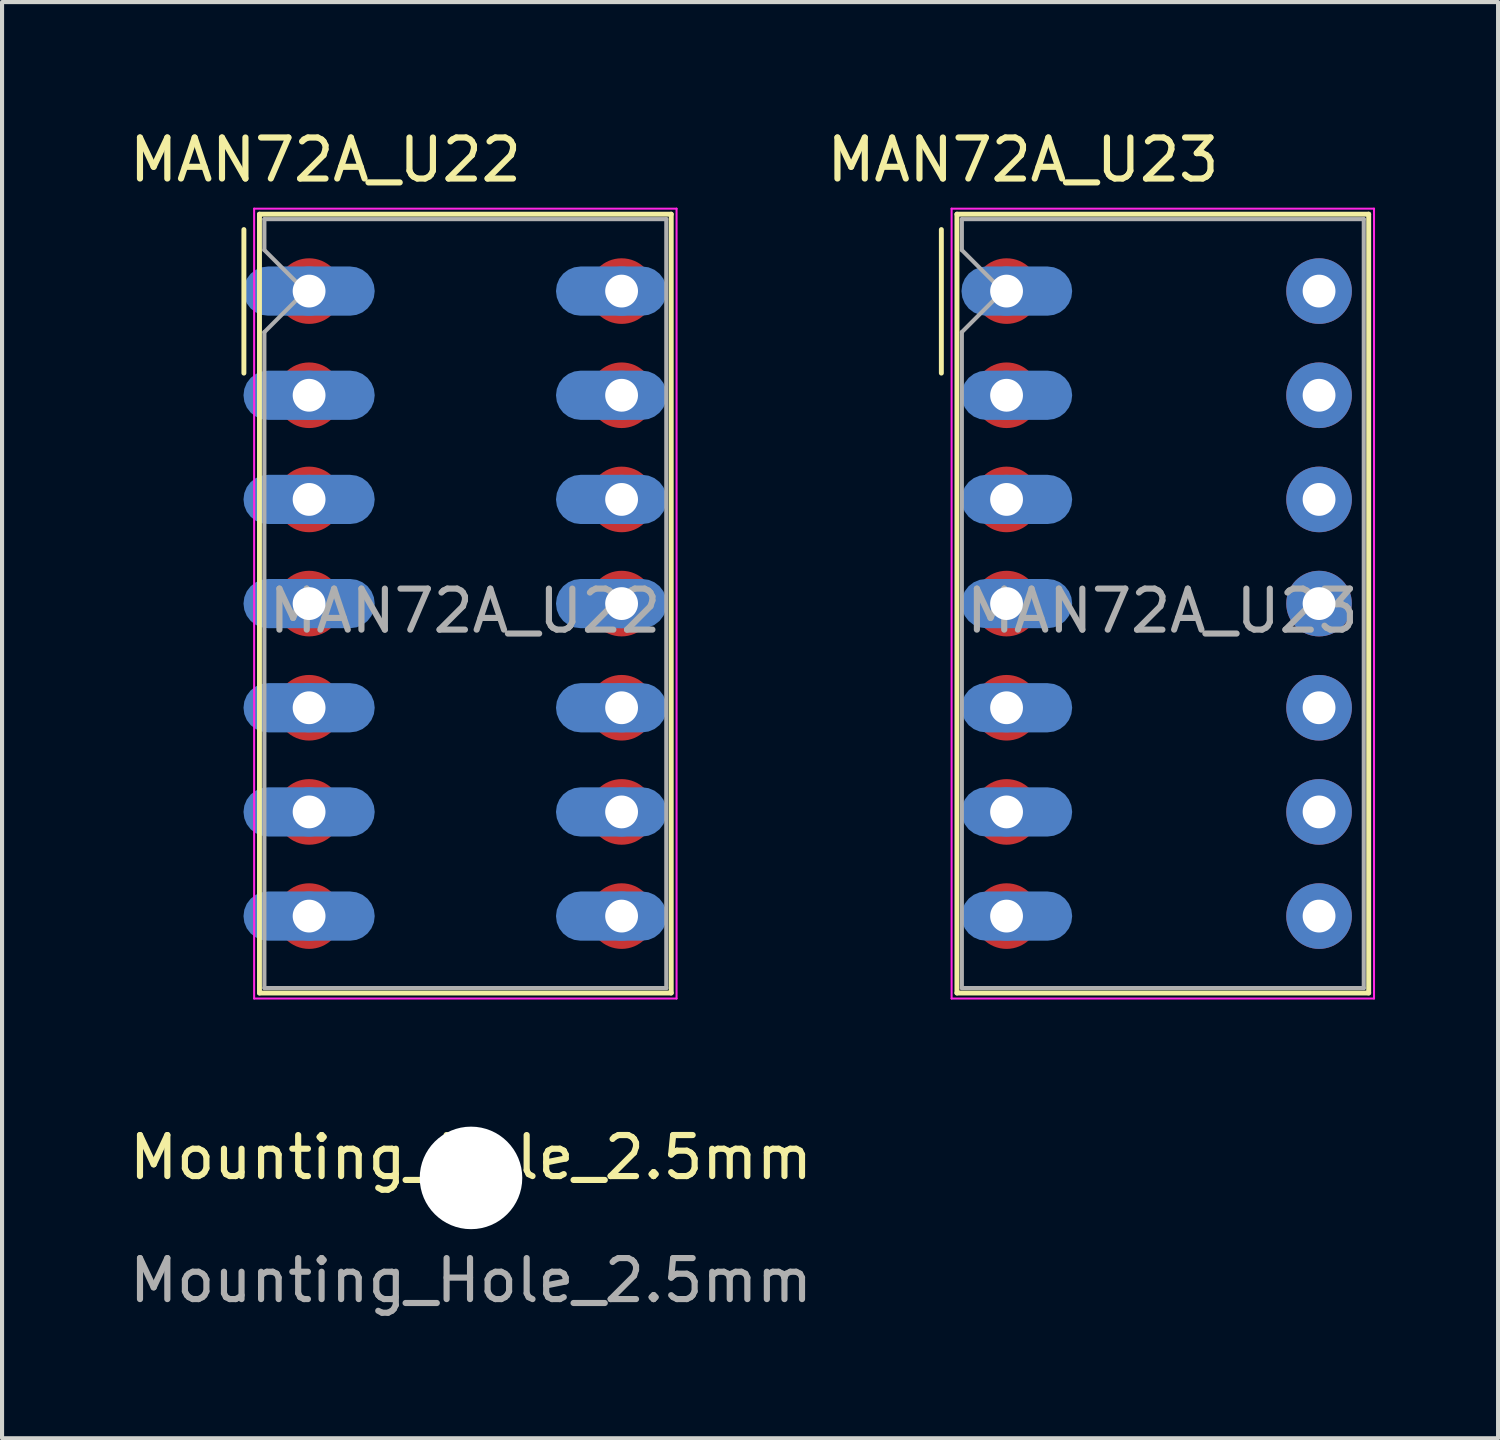
<source format=kicad_pcb>
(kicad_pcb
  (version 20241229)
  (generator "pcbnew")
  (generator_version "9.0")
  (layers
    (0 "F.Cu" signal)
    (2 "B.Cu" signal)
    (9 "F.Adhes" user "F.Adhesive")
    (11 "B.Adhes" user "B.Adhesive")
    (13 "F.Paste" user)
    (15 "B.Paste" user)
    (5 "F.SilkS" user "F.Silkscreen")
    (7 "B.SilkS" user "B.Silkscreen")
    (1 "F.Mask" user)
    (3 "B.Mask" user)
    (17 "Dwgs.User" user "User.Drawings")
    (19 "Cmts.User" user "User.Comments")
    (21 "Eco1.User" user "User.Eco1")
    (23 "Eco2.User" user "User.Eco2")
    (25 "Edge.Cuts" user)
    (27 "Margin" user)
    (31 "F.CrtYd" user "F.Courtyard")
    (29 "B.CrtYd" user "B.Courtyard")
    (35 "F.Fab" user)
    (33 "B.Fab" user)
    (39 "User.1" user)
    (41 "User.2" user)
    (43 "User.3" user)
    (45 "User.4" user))
  (footprint "Mounting_Hole_2.5mm"
    (layer "F.Cu")
    (at 8.435 25.672)
    (property "Reference" "Mounting_Hole_2.5mm" (at 0 -0.5 0) (unlocked yes) (layer "F.SilkS") (effects (font (size 1 1) (thickness 0.15))))
    (attr through_hole board_only exclude_from_bom allow_missing_courtyard)
    (fp_text user "${REFERENCE}" (at 0 2.5 0) (unlocked yes) (layer "F.Fab") (effects (font (size 1 1) (thickness 0.15))))
    (pad "" np_thru_hole circle (at 0 0) (size 2.5 2.5) (drill 2.5) (layers "*.Cu" "*.Mask")))
  (footprint "MAN72A_U23"
    (layer "F.Cu")
    (at 21.494 4.048)
    (property "Reference" "MAN72A_U23" (at 0.4 -3.2 0) (layer "F.SilkS") (effects (font (size 1 1) (thickness 0.15))))
    (attr through_hole)
    (fp_rect (start 1.2 0) (end -1.2 15.24) (stroke (width 0) (type solid)) (fill yes) (layer "F.Mask"))
    (fp_rect (start 8.82 0) (end 6.42 15.24) (stroke (width 0) (type solid)) (fill yes) (layer "F.Mask"))
    (fp_circle (center 0 0) (end 1.2 0) (stroke (width 0) (type solid)) (fill yes) (layer "F.Mask"))
    (fp_circle (center 0 15.24) (end 1.2 15.24) (stroke (width 0) (type solid)) (fill yes) (layer "F.Mask"))
    (fp_circle (center 7.62 0) (end 8.82 0) (stroke (width 0) (type solid)) (fill yes) (layer "F.Mask"))
    (fp_circle (center 7.62 15.24) (end 8.82 15.24) (stroke (width 0) (type solid)) (fill yes) (layer "F.Mask"))
    (fp_rect (start -1.9 -0.7) (end 1.9 0.7) (stroke (width 0) (type solid)) (fill yes) (layer "B.Mask"))
    (fp_rect (start -1.9 1.84) (end 1.9 3.24) (stroke (width 0) (type solid)) (fill yes) (layer "B.Mask"))
    (fp_rect (start -1.9 4.38) (end 1.9 5.78) (stroke (width 0) (type solid)) (fill yes) (layer "B.Mask"))
    (fp_rect (start -1.9 6.92) (end 1.9 8.32) (stroke (width 0) (type solid)) (fill yes) (layer "B.Mask"))
    (fp_rect (start -1.9 9.46) (end 1.9 10.86) (stroke (width 0) (type solid)) (fill yes) (layer "B.Mask"))
    (fp_rect (start -1.9 12) (end 1.9 13.4) (stroke (width 0) (type solid)) (fill yes) (layer "B.Mask"))
    (fp_rect (start -1.9 14.54) (end 1.9 15.94) (stroke (width 0) (type solid)) (fill yes) (layer "B.Mask"))
    (fp_rect (start 6.42 0) (end 8.82 15.24) (stroke (width 0) (type solid)) (fill yes) (layer "B.Mask"))
    (fp_circle (center 7.62 0) (end 6.42 0) (stroke (width 0) (type solid)) (fill yes) (layer "B.Mask"))
    (fp_circle (center 7.62 15.24) (end 6.42 15.24) (stroke (width 0) (type solid)) (fill yes) (layer "B.Mask"))
    (fp_line (start -1.59 -1.5) (end -1.59 2) (stroke (width 0.12) (type solid)) (layer "F.SilkS"))
    (fp_line (start -1.21 -1.875) (end 8.83 -1.875) (stroke (width 0.12) (type solid)) (layer "F.SilkS"))
    (fp_line (start -1.21 17.115) (end -1.21 -1.875) (stroke (width 0.12) (type solid)) (layer "F.SilkS"))
    (fp_line (start 8.83 -1.875) (end 8.83 17.115) (stroke (width 0.12) (type solid)) (layer "F.SilkS"))
    (fp_line (start 8.83 17.115) (end -1.21 17.115) (stroke (width 0.12) (type solid)) (layer "F.SilkS"))
    (fp_line (start -1.34 -2.01) (end 8.96 -2.01) (stroke (width 0.05) (type solid)) (layer "F.CrtYd"))
    (fp_line (start -1.34 17.25) (end -1.34 -2.01) (stroke (width 0.05) (type solid)) (layer "F.CrtYd"))
    (fp_line (start 8.96 -2.01) (end 8.96 17.25) (stroke (width 0.05) (type solid)) (layer "F.CrtYd"))
    (fp_line (start 8.96 17.25) (end -1.34 17.25) (stroke (width 0.05) (type solid)) (layer "F.CrtYd"))
    (fp_line (start -1.09 -1.755) (end 8.71 -1.755) (stroke (width 0.1) (type solid)) (layer "F.Fab"))
    (fp_line (start -1.09 -1) (end -1.09 -1.755) (stroke (width 0.1) (type solid)) (layer "F.Fab"))
    (fp_line (start -1.09 1) (end -0.09 0) (stroke (width 0.1) (type solid)) (layer "F.Fab"))
    (fp_line (start -1.09 16.995) (end -1.09 1) (stroke (width 0.1) (type solid)) (layer "F.Fab"))
    (fp_line (start -0.09 0) (end -1.09 -1) (stroke (width 0.1) (type solid)) (layer "F.Fab"))
    (fp_line (start 8.71 -1.755) (end 8.71 16.995) (stroke (width 0.1) (type solid)) (layer "F.Fab"))
    (fp_line (start 8.71 16.995) (end -1.09 16.995) (stroke (width 0.1) (type solid)) (layer "F.Fab"))
    (fp_text user "${REFERENCE}" (at 3.8 7.8 0) (layer "F.Fab") (effects (font (size 1 1) (thickness 0.15))))
    (pad "1" thru_hole oval (at 0 0) (size 1.2 1.2) (drill 0.8) (layers "*.Cu" "*.Mask"))
    (pad "1" smd circle (at 0 0) (size 1.6 1.6) (layers "F.Cu"))
    (pad "1" smd roundrect (at 0.25 0) (size 2.7 1.2) (layers "B.Cu") (roundrect_rratio 0.5))
    (pad "2" thru_hole oval (at 0 2.54) (size 1.2 1.2) (drill 0.8) (layers "*.Cu" "*.Mask"))
    (pad "2" smd circle (at 0 2.54) (size 1.6 1.6) (layers "F.Cu"))
    (pad "2" smd roundrect (at 0.25 2.54) (size 2.7 1.2) (layers "B.Cu") (roundrect_rratio 0.5))
    (pad "3" thru_hole oval (at 0 5.08) (size 1.2 1.2) (drill 0.8) (layers "*.Cu" "*.Mask"))
    (pad "3" smd circle (at 0 5.08) (size 1.6 1.6) (layers "F.Cu"))
    (pad "3" smd roundrect (at 0.25 5.08) (size 2.7 1.2) (layers "B.Cu") (roundrect_rratio 0.5))
    (pad "4" thru_hole oval (at 0 7.62) (size 1.2 1.2) (drill 0.8) (layers "*.Cu" "*.Mask"))
    (pad "4" smd circle (at 0 7.62) (size 1.6 1.6) (layers "F.Cu"))
    (pad "4" smd roundrect (at 0.25 7.62) (size 2.7 1.2) (layers "B.Cu") (roundrect_rratio 0.5))
    (pad "5" thru_hole oval (at 0 10.16) (size 1.2 1.2) (drill 0.8) (layers "*.Cu" "*.Mask"))
    (pad "5" smd circle (at 0 10.16) (size 1.6 1.6) (layers "F.Cu"))
    (pad "5" smd roundrect (at 0.25 10.16) (size 2.7 1.2) (layers "B.Cu") (roundrect_rratio 0.5))
    (pad "6" thru_hole oval (at 0 12.7) (size 1.2 1.2) (drill 0.8) (layers "*.Cu" "*.Mask"))
    (pad "6" smd circle (at 0 12.7) (size 1.6 1.6) (layers "F.Cu"))
    (pad "6" smd roundrect (at 0.25 12.7) (size 2.7 1.2) (layers "B.Cu") (roundrect_rratio 0.5))
    (pad "7" thru_hole oval (at 0 15.24) (size 1.2 1.2) (drill 0.8) (layers "*.Cu" "*.Mask"))
    (pad "7" smd circle (at 0 15.24) (size 1.6 1.6) (layers "F.Cu"))
    (pad "7" smd roundrect (at 0.25 15.24) (size 2.7 1.2) (layers "B.Cu") (roundrect_rratio 0.5))
    (pad "8" thru_hole circle (at 7.62 15.24) (size 1.6 1.6) (drill 0.8) (layers "*.Cu" "*.Mask"))
    (pad "9" thru_hole circle (at 7.62 12.7) (size 1.6 1.6) (drill 0.8) (layers "*.Cu" "*.Mask"))
    (pad "10" thru_hole circle (at 7.62 10.16) (size 1.6 1.6) (drill 0.8) (layers "*.Cu" "*.Mask"))
    (pad "11" thru_hole circle (at 7.62 7.62) (size 1.6 1.6) (drill 0.8) (layers "*.Cu" "*.Mask"))
    (pad "12" thru_hole circle (at 7.62 5.08) (size 1.6 1.6) (drill 0.8) (layers "*.Cu" "*.Mask"))
    (pad "13" thru_hole circle (at 7.62 2.54) (size 1.6 1.6) (drill 0.8) (layers "*.Cu" "*.Mask"))
    (pad "14" thru_hole circle (at 7.62 0) (size 1.6 1.6) (drill 0.8) (layers "*.Cu" "*.Mask")))
  (footprint "MAN72A_U22"
    (layer "F.Cu")
    (at 4.487 4.048)
    (property "Reference" "MAN72A_U22" (at 0.4 -3.2 0) (layer "F.SilkS") (effects (font (size 1 1) (thickness 0.15))))
    (attr through_hole)
    (fp_rect (start 1.2 0) (end -1.2 15.24) (stroke (width 0) (type solid)) (fill yes) (layer "F.Mask"))
    (fp_rect (start 8.82 0) (end 6.42 15.24) (stroke (width 0) (type solid)) (fill yes) (layer "F.Mask"))
    (fp_circle (center 0 0) (end 1.2 0) (stroke (width 0) (type solid)) (fill yes) (layer "F.Mask"))
    (fp_circle (center 0 15.24) (end 1.2 15.24) (stroke (width 0) (type solid)) (fill yes) (layer "F.Mask"))
    (fp_circle (center 7.62 0) (end 8.82 0) (stroke (width 0) (type solid)) (fill yes) (layer "F.Mask"))
    (fp_circle (center 7.62 15.24) (end 8.82 15.24) (stroke (width 0) (type solid)) (fill yes) (layer "F.Mask"))
    (fp_rect (start -1.9 -0.7) (end 1.9 0.7) (stroke (width 0) (type solid)) (fill yes) (layer "B.Mask"))
    (fp_rect (start -1.9 1.84) (end 1.9 3.24) (stroke (width 0) (type solid)) (fill yes) (layer "B.Mask"))
    (fp_rect (start -1.9 4.38) (end 1.9 5.78) (stroke (width 0) (type solid)) (fill yes) (layer "B.Mask"))
    (fp_rect (start -1.9 6.92) (end 1.9 8.32) (stroke (width 0) (type solid)) (fill yes) (layer "B.Mask"))
    (fp_rect (start -1.9 9.46) (end 1.9 10.86) (stroke (width 0) (type solid)) (fill yes) (layer "B.Mask"))
    (fp_rect (start -1.9 12) (end 1.9 13.4) (stroke (width 0) (type solid)) (fill yes) (layer "B.Mask"))
    (fp_rect (start -1.9 14.54) (end 1.9 15.94) (stroke (width 0) (type solid)) (fill yes) (layer "B.Mask"))
    (fp_rect (start 5.72 -0.7) (end 9.52 0.7) (stroke (width 0) (type solid)) (fill yes) (layer "B.Mask"))
    (fp_rect (start 5.72 1.84) (end 9.52 3.24) (stroke (width 0) (type solid)) (fill yes) (layer "B.Mask"))
    (fp_rect (start 5.72 4.38) (end 9.52 5.78) (stroke (width 0) (type solid)) (fill yes) (layer "B.Mask"))
    (fp_rect (start 5.72 6.92) (end 9.52 8.32) (stroke (width 0) (type solid)) (fill yes) (layer "B.Mask"))
    (fp_rect (start 5.72 9.46) (end 9.52 10.86) (stroke (width 0) (type solid)) (fill yes) (layer "B.Mask"))
    (fp_rect (start 5.72 12) (end 9.52 13.4) (stroke (width 0) (type solid)) (fill yes) (layer "B.Mask"))
    (fp_rect (start 5.72 14.54) (end 9.52 15.94) (stroke (width 0) (type solid)) (fill yes) (layer "B.Mask"))
    (fp_line (start -1.59 -1.5) (end -1.59 2) (stroke (width 0.12) (type solid)) (layer "F.SilkS"))
    (fp_line (start -1.21 -1.875) (end 8.83 -1.875) (stroke (width 0.12) (type solid)) (layer "F.SilkS"))
    (fp_line (start -1.21 17.115) (end -1.21 -1.875) (stroke (width 0.12) (type solid)) (layer "F.SilkS"))
    (fp_line (start 8.83 -1.875) (end 8.83 17.115) (stroke (width 0.12) (type solid)) (layer "F.SilkS"))
    (fp_line (start 8.83 17.115) (end -1.21 17.115) (stroke (width 0.12) (type solid)) (layer "F.SilkS"))
    (fp_line (start -1.34 -2.01) (end 8.96 -2.01) (stroke (width 0.05) (type solid)) (layer "F.CrtYd"))
    (fp_line (start -1.34 17.25) (end -1.34 -2.01) (stroke (width 0.05) (type solid)) (layer "F.CrtYd"))
    (fp_line (start 8.96 -2.01) (end 8.96 17.25) (stroke (width 0.05) (type solid)) (layer "F.CrtYd"))
    (fp_line (start 8.96 17.25) (end -1.34 17.25) (stroke (width 0.05) (type solid)) (layer "F.CrtYd"))
    (fp_line (start -1.09 -1.755) (end 8.71 -1.755) (stroke (width 0.1) (type solid)) (layer "F.Fab"))
    (fp_line (start -1.09 -1) (end -1.09 -1.755) (stroke (width 0.1) (type solid)) (layer "F.Fab"))
    (fp_line (start -1.09 1) (end -0.09 0) (stroke (width 0.1) (type solid)) (layer "F.Fab"))
    (fp_line (start -1.09 16.995) (end -1.09 1) (stroke (width 0.1) (type solid)) (layer "F.Fab"))
    (fp_line (start -0.09 0) (end -1.09 -1) (stroke (width 0.1) (type solid)) (layer "F.Fab"))
    (fp_line (start 8.71 -1.755) (end 8.71 16.995) (stroke (width 0.1) (type solid)) (layer "F.Fab"))
    (fp_line (start 8.71 16.995) (end -1.09 16.995) (stroke (width 0.1) (type solid)) (layer "F.Fab"))
    (fp_text user "${REFERENCE}" (at 3.8 7.8 0) (layer "F.Fab") (effects (font (size 1 1) (thickness 0.15))))
    (pad "1" thru_hole oval (at 0 0) (size 1.2 1.2) (drill 0.8) (layers "*.Cu" "*.Mask"))
    (pad "1" smd circle (at 0 0) (size 1.6 1.6) (layers "F.Cu"))
    (pad "1" smd roundrect (at 0 0) (size 3.2 1.2) (layers "B.Cu") (roundrect_rratio 0.5))
    (pad "2" thru_hole oval (at 0 2.54) (size 1.2 1.2) (drill 0.8) (layers "*.Cu" "*.Mask"))
    (pad "2" smd circle (at 0 2.54) (size 1.6 1.6) (layers "F.Cu"))
    (pad "2" smd roundrect (at 0 2.54) (size 3.2 1.2) (layers "B.Cu") (roundrect_rratio 0.5))
    (pad "3" thru_hole oval (at 0 5.08) (size 1.2 1.2) (drill 0.8) (layers "*.Cu" "*.Mask"))
    (pad "3" smd circle (at 0 5.08) (size 1.6 1.6) (layers "F.Cu"))
    (pad "3" smd roundrect (at 0 5.08) (size 3.2 1.2) (layers "B.Cu") (roundrect_rratio 0.5))
    (pad "4" thru_hole oval (at 0 7.62) (size 1.2 1.2) (drill 0.8) (layers "*.Cu" "*.Mask"))
    (pad "4" smd circle (at 0 7.62) (size 1.6 1.6) (layers "F.Cu"))
    (pad "4" smd roundrect (at 0 7.62) (size 3.2 1.2) (layers "B.Cu") (roundrect_rratio 0.5))
    (pad "5" thru_hole oval (at 0 10.16) (size 1.2 1.2) (drill 0.8) (layers "*.Cu" "*.Mask"))
    (pad "5" smd circle (at 0 10.16) (size 1.6 1.6) (layers "F.Cu"))
    (pad "5" smd roundrect (at 0 10.16) (size 3.2 1.2) (layers "B.Cu") (roundrect_rratio 0.5))
    (pad "6" thru_hole oval (at 0 12.7) (size 1.2 1.2) (drill 0.8) (layers "*.Cu" "*.Mask"))
    (pad "6" smd circle (at 0 12.7) (size 1.6 1.6) (layers "F.Cu"))
    (pad "6" smd roundrect (at 0 12.7) (size 3.2 1.2) (layers "B.Cu") (roundrect_rratio 0.5))
    (pad "7" thru_hole oval (at 0 15.24) (size 1.2 1.2) (drill 0.8) (layers "*.Cu" "*.Mask"))
    (pad "7" smd circle (at 0 15.24) (size 1.6 1.6) (layers "F.Cu"))
    (pad "7" smd roundrect (at 0 15.24) (size 3.2 1.2) (layers "B.Cu") (roundrect_rratio 0.5))
    (pad "8" smd roundrect (at 7.37 15.24) (size 2.7 1.2) (layers "B.Cu") (roundrect_rratio 0.5))
    (pad "8" thru_hole oval (at 7.62 15.24) (size 1.2 1.2) (drill 0.8) (layers "*.Cu" "*.Mask"))
    (pad "8" smd circle (at 7.62 15.24) (size 1.6 1.6) (layers "F.Cu"))
    (pad "9" smd roundrect (at 7.37 12.7) (size 2.7 1.2) (layers "B.Cu") (roundrect_rratio 0.5))
    (pad "9" thru_hole oval (at 7.62 12.7) (size 1.2 1.2) (drill 0.8) (layers "*.Cu" "*.Mask"))
    (pad "9" smd circle (at 7.62 12.7) (size 1.6 1.6) (layers "F.Cu"))
    (pad "10" smd roundrect (at 7.37 10.16) (size 2.7 1.2) (layers "B.Cu") (roundrect_rratio 0.5))
    (pad "10" thru_hole oval (at 7.62 10.16) (size 1.2 1.2) (drill 0.8) (layers "*.Cu" "*.Mask"))
    (pad "10" smd circle (at 7.62 10.16) (size 1.6 1.6) (layers "F.Cu"))
    (pad "11" smd roundrect (at 7.37 7.62) (size 2.7 1.2) (layers "B.Cu") (roundrect_rratio 0.5))
    (pad "11" thru_hole oval (at 7.62 7.62) (size 1.2 1.2) (drill 0.8) (layers "*.Cu" "*.Mask"))
    (pad "11" smd circle (at 7.62 7.62) (size 1.6 1.6) (layers "F.Cu"))
    (pad "12" smd roundrect (at 7.37 5.08) (size 2.7 1.2) (layers "B.Cu") (roundrect_rratio 0.5))
    (pad "12" thru_hole oval (at 7.62 5.08) (size 1.2 1.2) (drill 0.8) (layers "*.Cu" "*.Mask"))
    (pad "12" smd circle (at 7.62 5.08) (size 1.6 1.6) (layers "F.Cu"))
    (pad "13" smd roundrect (at 7.37 2.54) (size 2.7 1.2) (layers "B.Cu") (roundrect_rratio 0.5))
    (pad "13" thru_hole oval (at 7.62 2.54) (size 1.2 1.2) (drill 0.8) (layers "*.Cu" "*.Mask"))
    (pad "13" smd circle (at 7.62 2.54) (size 1.6 1.6) (layers "F.Cu"))
    (pad "14" smd roundrect (at 7.37 0) (size 2.7 1.2) (layers "B.Cu") (roundrect_rratio 0.5))
    (pad "14" thru_hole oval (at 7.62 0) (size 1.2 1.2) (drill 0.8) (layers "*.Cu" "*.Mask"))
    (pad "14" smd circle (at 7.62 0) (size 1.6 1.6) (layers "F.Cu")))
  (gr_rect
    (start -3 -3)
    (end 33.479 32.02)
    (stroke (width 0.1) (type default))
    (fill no)
    (layer "Edge.Cuts")))
</source>
